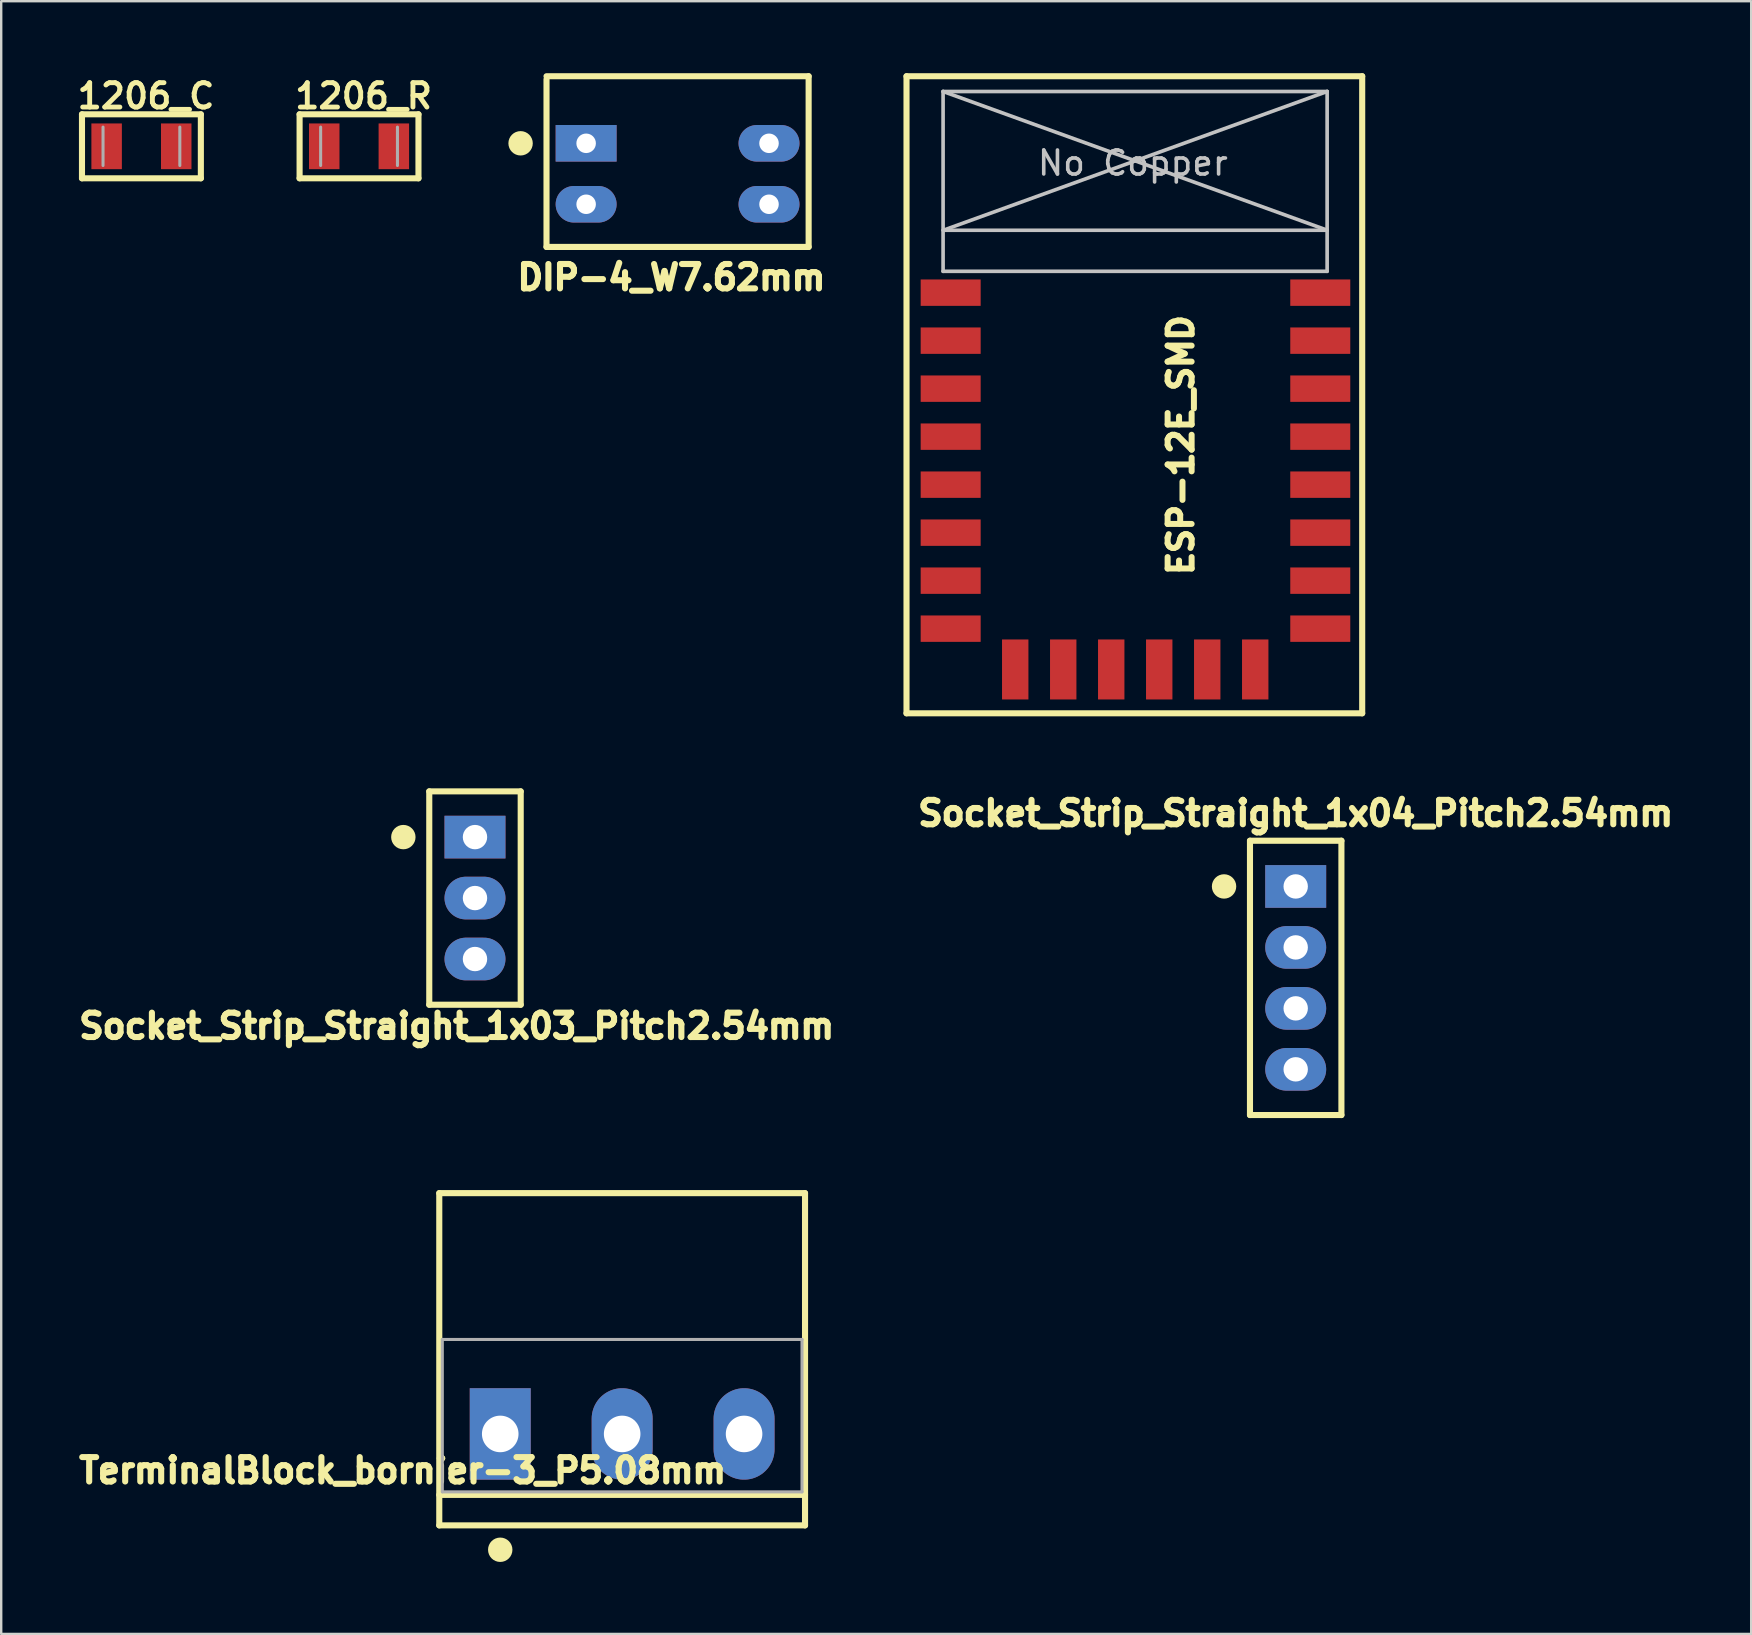
<source format=kicad_pcb>
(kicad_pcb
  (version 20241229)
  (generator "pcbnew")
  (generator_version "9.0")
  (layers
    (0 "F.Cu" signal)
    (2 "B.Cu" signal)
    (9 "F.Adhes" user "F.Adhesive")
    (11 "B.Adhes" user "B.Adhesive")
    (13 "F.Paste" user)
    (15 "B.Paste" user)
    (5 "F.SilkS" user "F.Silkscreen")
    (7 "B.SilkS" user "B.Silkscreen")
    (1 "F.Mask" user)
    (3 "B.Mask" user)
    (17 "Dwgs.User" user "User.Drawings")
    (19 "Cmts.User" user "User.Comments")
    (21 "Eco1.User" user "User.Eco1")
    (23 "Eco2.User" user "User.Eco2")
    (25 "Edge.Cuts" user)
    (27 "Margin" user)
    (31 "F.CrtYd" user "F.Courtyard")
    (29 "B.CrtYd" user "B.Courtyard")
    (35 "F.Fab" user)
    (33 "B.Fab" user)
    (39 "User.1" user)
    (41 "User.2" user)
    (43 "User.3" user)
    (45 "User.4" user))
  (footprint "DIP-4_W7.62mm"
    (layer "F.Cu")
    (at 21.372 2.921)
    (property "Reference" "DIP-4_W7.62mm" (at 3.556 5.588 180) (layer "F.SilkS") (effects (font (size 1.016 1.016) (thickness 0.254))))
    (attr through_hole)
    (fp_line (start -1.651 -2.794) (end -1.651 -2.667) (stroke (width 0.127) (type solid)) (layer "F.SilkS"))
    (fp_line (start -1.651 -2.667) (end -1.651 4.318) (stroke (width 0.254) (type solid)) (layer "F.SilkS"))
    (fp_line (start -1.651 4.318) (end 9.271 4.318) (stroke (width 0.254) (type solid)) (layer "F.SilkS"))
    (fp_line (start 9.271 -2.794) (end -1.651 -2.794) (stroke (width 0.254) (type solid)) (layer "F.SilkS"))
    (fp_line (start 9.271 4.318) (end 9.271 -2.794) (stroke (width 0.254) (type solid)) (layer "F.SilkS"))
    (fp_circle (center -2.731 0) (end -2.731 0.254) (stroke (width 0.508) (type solid)) (fill no) (layer "F.SilkS"))
    (pad "1" thru_hole rect (at 0 0) (size 2.54 1.524) (drill 0.813) (layers "*.Cu" "*.Mask"))
    (pad "2" thru_hole oval (at 0 2.54) (size 2.54 1.524) (drill 0.813) (layers "*.Cu" "*.Mask"))
    (pad "3" thru_hole oval (at 7.62 2.54) (size 2.54 1.524) (drill 0.813) (layers "*.Cu" "*.Mask"))
    (pad "4" thru_hole oval (at 7.62 0) (size 2.54 1.524) (drill 0.813) (layers "*.Cu" "*.Mask")))
  (footprint "ESP-12E_SMD"
    (layer "F.Cu")
    (at 37.261 9.144)
    (property "Reference" "ESP-12E_SMD" (at 8.89 6.35 90) (layer "F.SilkS") (effects (font (size 1 1) (thickness 0.25))))
    (attr through_hole)
    (fp_line (start -2.54 -9.017) (end -2.54 17.526) (stroke (width 0.254) (type solid)) (layer "F.SilkS"))
    (fp_line (start -2.54 17.526) (end 16.447 17.526) (stroke (width 0.254) (type solid)) (layer "F.SilkS"))
    (fp_line (start 16.447 -9.017) (end -2.54 -9.017) (stroke (width 0.254) (type solid)) (layer "F.SilkS"))
    (fp_line (start 16.447 17.526) (end 16.447 -9.017) (stroke (width 0.254) (type solid)) (layer "F.SilkS"))
    (fp_line (start -1.016 -8.382) (end -1.016 -0.889) (stroke (width 0.152) (type solid)) (layer "Dwgs.User"))
    (fp_line (start -1.016 -8.382) (end 14.986 -8.382) (stroke (width 0.152) (type solid)) (layer "Dwgs.User"))
    (fp_line (start -1.016 -8.382) (end 14.986 -2.603) (stroke (width 0.152) (type solid)) (layer "Dwgs.User"))
    (fp_line (start -1.016 -0.889) (end 14.986 -0.889) (stroke (width 0.152) (type solid)) (layer "Dwgs.User"))
    (fp_line (start -1.008 -2.6) (end 14.986 -2.6) (stroke (width 0.152) (type solid)) (layer "Dwgs.User"))
    (fp_line (start 14.986 -8.382) (end -1.008 -2.6) (stroke (width 0.152) (type solid)) (layer "Dwgs.User"))
    (fp_line (start 14.986 -8.382) (end 14.986 -0.889) (stroke (width 0.152) (type solid)) (layer "Dwgs.User"))
    (fp_text user "No Copper" (at 6.892 -5.4 0) (layer "Dwgs.User") (effects (font (size 1 1) (thickness 0.15))))
    (pad "1" smd rect (at 0 0) (size 2.5 1.1) (drill (offset -0.7 0)) (layers "F.Cu" "F.Mask" "F.Paste"))
    (pad "2" smd rect (at 0 2) (size 2.5 1.1) (drill (offset -0.7 0)) (layers "F.Cu" "F.Mask" "F.Paste"))
    (pad "3" smd rect (at 0 4) (size 2.5 1.1) (drill (offset -0.7 0)) (layers "F.Cu" "F.Mask" "F.Paste"))
    (pad "4" smd rect (at 0 6) (size 2.5 1.1) (drill (offset -0.7 0)) (layers "F.Cu" "F.Mask" "F.Paste"))
    (pad "5" smd rect (at 0 8) (size 2.5 1.1) (drill (offset -0.7 0)) (layers "F.Cu" "F.Mask" "F.Paste"))
    (pad "6" smd rect (at 0 10) (size 2.5 1.1) (drill (offset -0.7 0)) (layers "F.Cu" "F.Mask" "F.Paste"))
    (pad "7" smd rect (at 0 12) (size 2.5 1.1) (drill (offset -0.7 0)) (layers "F.Cu" "F.Mask" "F.Paste"))
    (pad "8" smd rect (at 0 14) (size 2.5 1.1) (drill (offset -0.7 0)) (layers "F.Cu" "F.Mask" "F.Paste"))
    (pad "9" smd rect (at 1.99 15 90) (size 2.5 1.1) (drill (offset -0.7 0)) (layers "F.Cu" "F.Mask" "F.Paste"))
    (pad "10" smd rect (at 3.99 15 90) (size 2.5 1.1) (drill (offset -0.7 0)) (layers "F.Cu" "F.Mask" "F.Paste"))
    (pad "11" smd rect (at 5.99 15 90) (size 2.5 1.1) (drill (offset -0.7 0)) (layers "F.Cu" "F.Mask" "F.Paste"))
    (pad "12" smd rect (at 7.99 15 90) (size 2.5 1.1) (drill (offset -0.7 0)) (layers "F.Cu" "F.Mask" "F.Paste"))
    (pad "13" smd rect (at 9.99 15 90) (size 2.5 1.1) (drill (offset -0.7 0)) (layers "F.Cu" "F.Mask" "F.Paste"))
    (pad "14" smd rect (at 11.99 15 90) (size 2.5 1.1) (drill (offset -0.7 0)) (layers "F.Cu" "F.Mask" "F.Paste"))
    (pad "15" smd rect (at 14 14) (size 2.5 1.1) (drill (offset 0.7 0)) (layers "F.Cu" "F.Mask" "F.Paste"))
    (pad "16" smd rect (at 14 12) (size 2.5 1.1) (drill (offset 0.7 0)) (layers "F.Cu" "F.Mask" "F.Paste"))
    (pad "17" smd rect (at 14 10) (size 2.5 1.1) (drill (offset 0.7 0)) (layers "F.Cu" "F.Mask" "F.Paste"))
    (pad "18" smd rect (at 14 8) (size 2.5 1.1) (drill (offset 0.7 0)) (layers "F.Cu" "F.Mask" "F.Paste"))
    (pad "19" smd rect (at 14 6) (size 2.5 1.1) (drill (offset 0.7 0)) (layers "F.Cu" "F.Mask" "F.Paste"))
    (pad "20" smd rect (at 14 4) (size 2.5 1.1) (drill (offset 0.7 0)) (layers "F.Cu" "F.Mask" "F.Paste"))
    (pad "21" smd rect (at 14 2) (size 2.5 1.1) (drill (offset 0.7 0)) (layers "F.Cu" "F.Mask" "F.Paste"))
    (pad "22" smd rect (at 14 0) (size 2.5 1.1) (drill (offset 0.7 0)) (layers "F.Cu" "F.Mask" "F.Paste")))
  (footprint "1206_R"
    (layer "F.Cu")
    (at 10.005 3.046)
    (property "Reference" "1206_R" (at 2.095 -2.095 0) (layer "F.SilkS") (effects (font (size 1.016 1.016) (thickness 0.203))))
    (attr smd)
    (fp_line (start -0.572 -1.333) (end 4.381 -1.333) (stroke (width 0.254) (type solid)) (layer "F.SilkS"))
    (fp_line (start -0.572 1.333) (end -0.572 -1.333) (stroke (width 0.254) (type solid)) (layer "F.SilkS"))
    (fp_line (start 4.381 -1.333) (end 4.381 1.333) (stroke (width 0.254) (type solid)) (layer "F.SilkS"))
    (fp_line (start 4.381 1.333) (end -0.572 1.333) (stroke (width 0.254) (type solid)) (layer "F.SilkS"))
    (fp_line (start 0.305 0.8) (end 0.305 -0.8) (stroke (width 0.127) (type solid)) (layer "F.Fab"))
    (fp_line (start 3.505 -0.8) (end 3.505 0.8) (stroke (width 0.127) (type solid)) (layer "F.Fab"))
    (pad "1" smd rect (at 0.455 0) (size 1.27 1.905) (layers "F.Cu" "F.Mask" "F.Paste"))
    (pad "2" smd rect (at 3.355 0) (size 1.27 1.905) (layers "F.Cu" "F.Mask" "F.Paste")))
  (footprint "Socket_Strip_Straight_1x04_Pitch2.54mm"
    (layer "F.Cu")
    (at 50.937 33.885)
    (property "Reference" "Socket_Strip_Straight_1x04_Pitch2.54mm" (at 0 -3.048 0) (layer "F.SilkS") (effects (font (size 1.016 1.016) (thickness 0.254))))
    (attr through_hole)
    (fp_line (start -1.905 -1.905) (end -1.905 9.525) (stroke (width 0.254) (type solid)) (layer "F.SilkS"))
    (fp_line (start -1.905 -1.905) (end 1.905 -1.905) (stroke (width 0.254) (type solid)) (layer "F.SilkS"))
    (fp_line (start -1.905 9.525) (end 1.905 9.525) (stroke (width 0.254) (type solid)) (layer "F.SilkS"))
    (fp_line (start 1.905 9.525) (end 1.905 -1.905) (stroke (width 0.254) (type solid)) (layer "F.SilkS"))
    (fp_circle (center -2.985 0) (end -2.985 0.254) (stroke (width 0.508) (type solid)) (fill no) (layer "F.SilkS"))
    (pad "1" thru_hole rect (at 0 0) (size 2.54 1.778) (drill 1.016) (layers "*.Cu" "*.Mask"))
    (pad "2" thru_hole oval (at 0 2.54) (size 2.54 1.778) (drill 1.016) (layers "*.Cu" "*.Mask"))
    (pad "3" thru_hole oval (at 0 5.08) (size 2.54 1.778) (drill 1.016) (layers "*.Cu" "*.Mask"))
    (pad "4" thru_hole oval (at 0 7.62) (size 2.54 1.778) (drill 1.016) (layers "*.Cu" "*.Mask")))
  (footprint "Socket_Strip_Straight_1x03_Pitch2.54mm"
    (layer "F.Cu")
    (at 16.741 31.829)
    (property "Reference" "Socket_Strip_Straight_1x03_Pitch2.54mm" (at -0.762 7.874 180) (layer "F.SilkS") (effects (font (size 1.016 1.016) (thickness 0.254))))
    (attr through_hole)
    (fp_line (start -1.905 -1.905) (end -1.905 6.985) (stroke (width 0.254) (type solid)) (layer "F.SilkS"))
    (fp_line (start -1.905 -1.905) (end 1.905 -1.905) (stroke (width 0.254) (type solid)) (layer "F.SilkS"))
    (fp_line (start -1.905 6.985) (end 1.905 6.985) (stroke (width 0.254) (type solid)) (layer "F.SilkS"))
    (fp_line (start 1.905 6.985) (end 1.905 -1.905) (stroke (width 0.254) (type solid)) (layer "F.SilkS"))
    (fp_circle (center -2.985 0) (end -2.985 0.254) (stroke (width 0.508) (type solid)) (fill no) (layer "F.SilkS"))
    (pad "1" thru_hole rect (at 0 0) (size 2.54 1.778) (drill 1.016) (layers "*.Cu" "*.Mask"))
    (pad "2" thru_hole oval (at 0 2.54) (size 2.54 1.778) (drill 1.016) (layers "*.Cu" "*.Mask"))
    (pad "3" thru_hole oval (at 0 5.08) (size 2.54 1.778) (drill 1.016) (layers "*.Cu" "*.Mask")))
  (footprint "TerminalBlock_bornier-3_P5.08mm"
    (layer "F.Cu")
    (at 17.793 56.697)
    (property "Reference" "TerminalBlock_bornier-3_P5.08mm" (at -4.064 1.524 180) (layer "F.SilkS") (effects (font (size 1.016 1.016) (thickness 0.254))))
    (attr through_hole)
    (fp_line (start -2.54 -10.033) (end 12.7 -10.033) (stroke (width 0.254) (type solid)) (layer "F.SilkS"))
    (fp_line (start -2.54 2.54) (end 12.7 2.54) (stroke (width 0.254) (type solid)) (layer "F.SilkS"))
    (fp_line (start -2.54 3.81) (end -2.54 -10.033) (stroke (width 0.254) (type solid)) (layer "F.SilkS"))
    (fp_line (start -2.54 3.81) (end 12.7 3.81) (stroke (width 0.254) (type solid)) (layer "F.SilkS"))
    (fp_line (start 12.7 3.81) (end 12.7 -10.033) (stroke (width 0.254) (type solid)) (layer "F.SilkS"))
    (fp_circle (center 0 4.826) (end 0 5.08) (stroke (width 0.508) (type solid)) (fill no) (layer "F.SilkS"))
    (fp_line (start -2.413 -3.937) (end -2.413 2.413) (stroke (width 0.127) (type solid)) (layer "F.Fab"))
    (fp_line (start -2.413 2.413) (end 12.573 2.413) (stroke (width 0.127) (type solid)) (layer "F.Fab"))
    (fp_line (start 12.573 -3.937) (end -2.413 -3.937) (stroke (width 0.127) (type solid)) (layer "F.Fab"))
    (fp_line (start 12.573 2.413) (end 12.573 -3.937) (stroke (width 0.127) (type solid)) (layer "F.Fab"))
    (pad "1" thru_hole rect (at 0 0) (size 2.54 3.81) (drill 1.524) (layers "*.Cu" "*.Mask"))
    (pad "2" thru_hole oval (at 5.08 0) (size 2.54 3.81) (drill 1.524) (layers "*.Cu" "*.Mask"))
    (pad "3" thru_hole oval (at 10.16 0) (size 2.54 3.81) (drill 1.524) (layers "*.Cu" "*.Mask")))
  (footprint "1206_C"
    (layer "F.Cu")
    (at 0.938 3.046)
    (property "Reference" "1206_C" (at 2.095 -2.095 0) (layer "F.SilkS") (effects (font (size 1.016 1.016) (thickness 0.203))))
    (attr smd)
    (fp_line (start -0.572 -1.333) (end 4.381 -1.333) (stroke (width 0.254) (type solid)) (layer "F.SilkS"))
    (fp_line (start -0.572 1.333) (end -0.572 -1.333) (stroke (width 0.254) (type solid)) (layer "F.SilkS"))
    (fp_line (start 4.381 -1.333) (end 4.381 1.333) (stroke (width 0.254) (type solid)) (layer "F.SilkS"))
    (fp_line (start 4.381 1.333) (end -0.572 1.333) (stroke (width 0.254) (type solid)) (layer "F.SilkS"))
    (fp_line (start 0.305 0.8) (end 0.305 -0.8) (stroke (width 0.127) (type solid)) (layer "F.Fab"))
    (fp_line (start 3.505 -0.8) (end 3.505 0.8) (stroke (width 0.127) (type solid)) (layer "F.Fab"))
    (pad "1" smd rect (at 0.455 0) (size 1.27 1.905) (layers "F.Cu" "F.Mask" "F.Paste"))
    (pad "2" smd rect (at 3.355 0) (size 1.27 1.905) (layers "F.Cu" "F.Mask" "F.Paste")))
  (gr_rect
    (start -3 -3)
    (end 69.916 65.031)
    (stroke (width 0.1) (type default))
    (fill no)
    (layer "Edge.Cuts")))
</source>
